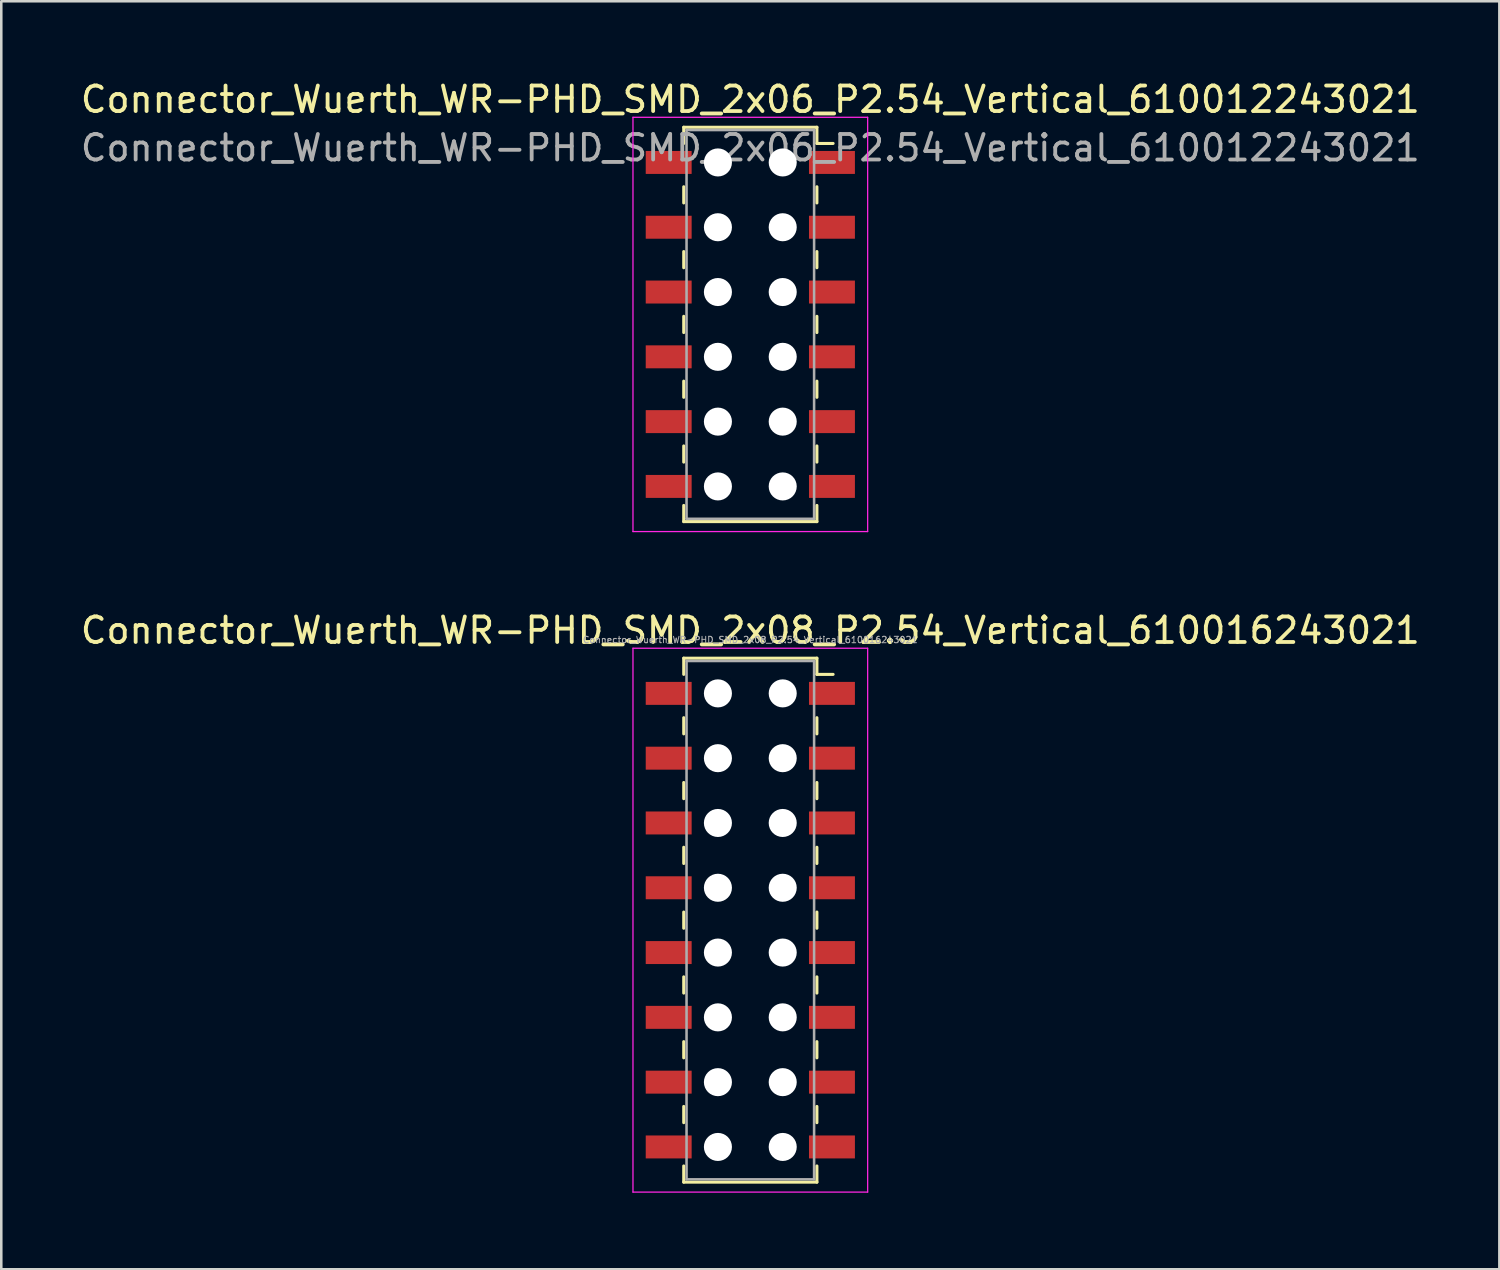
<source format=kicad_pcb>
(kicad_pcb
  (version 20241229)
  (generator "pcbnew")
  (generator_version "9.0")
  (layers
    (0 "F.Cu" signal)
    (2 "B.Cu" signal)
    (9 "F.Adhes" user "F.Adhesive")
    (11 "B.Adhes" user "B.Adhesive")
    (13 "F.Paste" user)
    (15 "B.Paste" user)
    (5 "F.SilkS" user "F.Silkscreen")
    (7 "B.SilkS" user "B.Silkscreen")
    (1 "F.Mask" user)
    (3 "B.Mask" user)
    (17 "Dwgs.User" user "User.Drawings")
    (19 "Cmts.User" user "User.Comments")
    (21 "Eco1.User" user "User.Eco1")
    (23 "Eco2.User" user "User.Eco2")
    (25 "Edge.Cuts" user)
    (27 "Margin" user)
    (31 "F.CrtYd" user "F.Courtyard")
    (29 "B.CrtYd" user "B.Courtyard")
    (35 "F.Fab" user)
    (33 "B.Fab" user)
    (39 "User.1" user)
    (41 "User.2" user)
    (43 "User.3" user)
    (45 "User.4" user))
  (footprint "Connector_Wuerth_WR-PHD_SMD_2x08_P2.54_Vertical_610016243021"
    (layer "F.Cu")
    (at 29.563 24.131)
    (property "Reference" "Connector_Wuerth_WR-PHD_SMD_2x08_P2.54_Vertical_610016243021" (at -3.2 -2.47 0) (layer "F.SilkS") (effects (font (size 1 1) (thickness 0.15))))
    (attr smd)
    (fp_line (start -5.81 -1.38) (end -5.81 -0.745) (stroke (width 0.12) (type solid)) (layer "F.SilkS"))
    (fp_line (start -5.81 0.953) (end -5.81 1.587) (stroke (width 0.12) (type solid)) (layer "F.SilkS"))
    (fp_line (start -5.81 3.493) (end -5.81 4.128) (stroke (width 0.12) (type solid)) (layer "F.SilkS"))
    (fp_line (start -5.81 6.032) (end -5.81 6.668) (stroke (width 0.12) (type solid)) (layer "F.SilkS"))
    (fp_line (start -5.81 8.572) (end -5.81 9.207) (stroke (width 0.12) (type solid)) (layer "F.SilkS"))
    (fp_line (start -5.81 11.113) (end -5.81 11.748) (stroke (width 0.12) (type solid)) (layer "F.SilkS"))
    (fp_line (start -5.81 13.652) (end -5.81 14.287) (stroke (width 0.12) (type solid)) (layer "F.SilkS"))
    (fp_line (start -5.81 16.192) (end -5.81 16.828) (stroke (width 0.12) (type solid)) (layer "F.SilkS"))
    (fp_line (start -5.81 19.16) (end -5.81 18.525) (stroke (width 0.12) (type solid)) (layer "F.SilkS"))
    (fp_line (start -0.59 -1.38) (end -5.81 -1.38) (stroke (width 0.12) (type solid)) (layer "F.SilkS"))
    (fp_line (start -0.59 -1.38) (end -0.59 -0.745) (stroke (width 0.12) (type solid)) (layer "F.SilkS"))
    (fp_line (start -0.59 -0.745) (end 0.045 -0.745) (stroke (width 0.12) (type solid)) (layer "F.SilkS"))
    (fp_line (start -0.59 0.953) (end -0.59 1.587) (stroke (width 0.12) (type solid)) (layer "F.SilkS"))
    (fp_line (start -0.59 3.493) (end -0.59 4.128) (stroke (width 0.12) (type solid)) (layer "F.SilkS"))
    (fp_line (start -0.59 6.032) (end -0.59 6.668) (stroke (width 0.12) (type solid)) (layer "F.SilkS"))
    (fp_line (start -0.59 8.572) (end -0.59 9.207) (stroke (width 0.12) (type solid)) (layer "F.SilkS"))
    (fp_line (start -0.59 11.113) (end -0.59 11.748) (stroke (width 0.12) (type solid)) (layer "F.SilkS"))
    (fp_line (start -0.59 13.652) (end -0.59 14.287) (stroke (width 0.12) (type solid)) (layer "F.SilkS"))
    (fp_line (start -0.59 16.192) (end -0.59 16.828) (stroke (width 0.12) (type solid)) (layer "F.SilkS"))
    (fp_line (start -0.59 19.16) (end -5.81 19.16) (stroke (width 0.12) (type solid)) (layer "F.SilkS"))
    (fp_line (start -0.59 19.16) (end -0.59 18.525) (stroke (width 0.12) (type solid)) (layer "F.SilkS"))
    (fp_line (start -7.8 -1.77) (end 1.4 -1.77) (stroke (width 0.05) (type solid)) (layer "F.CrtYd"))
    (fp_line (start -7.8 19.55) (end -7.8 -1.77) (stroke (width 0.05) (type solid)) (layer "F.CrtYd"))
    (fp_line (start 1.4 -1.77) (end 1.4 19.55) (stroke (width 0.05) (type solid)) (layer "F.CrtYd"))
    (fp_line (start 1.4 19.55) (end -7.8 19.55) (stroke (width 0.05) (type solid)) (layer "F.CrtYd"))
    (fp_line (start -5.7 -1.27) (end -0.7 -1.27) (stroke (width 0.1) (type solid)) (layer "F.Fab"))
    (fp_line (start -5.7 19.05) (end -5.7 -1.27) (stroke (width 0.1) (type solid)) (layer "F.Fab"))
    (fp_line (start -0.7 -1.27) (end -0.7 19.05) (stroke (width 0.1) (type solid)) (layer "F.Fab"))
    (fp_line (start -0.7 19.05) (end -5.7 19.05) (stroke (width 0.1) (type solid)) (layer "F.Fab"))
    (fp_text user "${REFERENCE}" (at -3.2 -2.1 0) (layer "F.Fab") (effects (font (size 0.25 0.25) (thickness 0.04))))
    (pad "" np_thru_hole circle (at -4.47 0) (size 1.1 1.1) (drill 1.1) (layers "*.Cu" "*.Mask"))
    (pad "" np_thru_hole circle (at -4.47 2.54) (size 1.1 1.1) (drill 1.1) (layers "*.Cu" "*.Mask"))
    (pad "" np_thru_hole circle (at -4.47 5.08) (size 1.1 1.1) (drill 1.1) (layers "*.Cu" "*.Mask"))
    (pad "" np_thru_hole circle (at -4.47 7.62) (size 1.1 1.1) (drill 1.1) (layers "*.Cu" "*.Mask"))
    (pad "" np_thru_hole circle (at -4.47 10.16) (size 1.1 1.1) (drill 1.1) (layers "*.Cu" "*.Mask"))
    (pad "" np_thru_hole circle (at -4.47 12.7) (size 1.1 1.1) (drill 1.1) (layers "*.Cu" "*.Mask"))
    (pad "" np_thru_hole circle (at -4.47 15.24) (size 1.1 1.1) (drill 1.1) (layers "*.Cu" "*.Mask"))
    (pad "" np_thru_hole circle (at -4.47 17.78) (size 1.1 1.1) (drill 1.1) (layers "*.Cu" "*.Mask"))
    (pad "" np_thru_hole circle (at -1.93 0) (size 1.1 1.1) (drill 1.1) (layers "*.Cu" "*.Mask"))
    (pad "" np_thru_hole circle (at -1.93 2.54) (size 1.1 1.1) (drill 1.1) (layers "*.Cu" "*.Mask"))
    (pad "" np_thru_hole circle (at -1.93 5.08) (size 1.1 1.1) (drill 1.1) (layers "*.Cu" "*.Mask"))
    (pad "" np_thru_hole circle (at -1.93 7.62) (size 1.1 1.1) (drill 1.1) (layers "*.Cu" "*.Mask"))
    (pad "" np_thru_hole circle (at -1.93 10.16) (size 1.1 1.1) (drill 1.1) (layers "*.Cu" "*.Mask"))
    (pad "" np_thru_hole circle (at -1.93 12.7) (size 1.1 1.1) (drill 1.1) (layers "*.Cu" "*.Mask"))
    (pad "" np_thru_hole circle (at -1.93 15.24) (size 1.1 1.1) (drill 1.1) (layers "*.Cu" "*.Mask"))
    (pad "" np_thru_hole circle (at -1.93 17.78) (size 1.1 1.1) (drill 1.1) (layers "*.Cu" "*.Mask"))
    (pad "1" smd rect (at 0 0) (size 1.8 0.9) (layers "F.Cu" "F.Mask"))
    (pad "2" smd rect (at -6.4 0) (size 1.8 0.9) (layers "F.Cu" "F.Mask"))
    (pad "3" smd rect (at 0 2.54) (size 1.8 0.9) (layers "F.Cu" "F.Mask"))
    (pad "4" smd rect (at -6.4 2.54) (size 1.8 0.9) (layers "F.Cu" "F.Mask"))
    (pad "5" smd rect (at 0 5.08) (size 1.8 0.9) (layers "F.Cu" "F.Mask"))
    (pad "6" smd rect (at -6.4 5.08) (size 1.8 0.9) (layers "F.Cu" "F.Mask"))
    (pad "7" smd rect (at 0 7.62) (size 1.8 0.9) (layers "F.Cu" "F.Mask"))
    (pad "8" smd rect (at -6.4 7.62) (size 1.8 0.9) (layers "F.Cu" "F.Mask"))
    (pad "9" smd rect (at 0 10.16) (size 1.8 0.9) (layers "F.Cu" "F.Mask"))
    (pad "10" smd rect (at -6.4 10.16) (size 1.8 0.9) (layers "F.Cu" "F.Mask"))
    (pad "11" smd rect (at 0 12.7) (size 1.8 0.9) (layers "F.Cu" "F.Mask"))
    (pad "12" smd rect (at -6.4 12.7) (size 1.8 0.9) (layers "F.Cu" "F.Mask"))
    (pad "13" smd rect (at 0 15.24) (size 1.8 0.9) (layers "F.Cu" "F.Mask"))
    (pad "14" smd rect (at -6.4 15.24) (size 1.8 0.9) (layers "F.Cu" "F.Mask"))
    (pad "15" smd rect (at 0 17.78) (size 1.8 0.9) (layers "F.Cu" "F.Mask"))
    (pad "16" smd rect (at -6.4 17.78) (size 1.8 0.9) (layers "F.Cu" "F.Mask")))
  (footprint "Connector_Wuerth_WR-PHD_SMD_2x06_P2.54_Vertical_610012243021"
    (layer "F.Cu")
    (at 26.363 9.668)
    (property "Reference" "Connector_Wuerth_WR-PHD_SMD_2x06_P2.54_Vertical_610012243021" (at 0 -8.82 0) (layer "F.SilkS") (effects (font (size 1 1) (thickness 0.15))))
    (attr smd)
    (fp_line (start -2.61 -7.73) (end -2.61 -7.095) (stroke (width 0.12) (type solid)) (layer "F.SilkS"))
    (fp_line (start -2.61 -7.73) (end 2.61 -7.73) (stroke (width 0.12) (type solid)) (layer "F.SilkS"))
    (fp_line (start -2.61 -5.397) (end -2.61 -4.763) (stroke (width 0.12) (type solid)) (layer "F.SilkS"))
    (fp_line (start -2.61 -2.857) (end -2.61 -2.223) (stroke (width 0.12) (type solid)) (layer "F.SilkS"))
    (fp_line (start -2.61 -0.318) (end -2.61 0.318) (stroke (width 0.12) (type solid)) (layer "F.SilkS"))
    (fp_line (start -2.61 2.223) (end -2.61 2.857) (stroke (width 0.12) (type solid)) (layer "F.SilkS"))
    (fp_line (start -2.61 4.763) (end -2.61 5.397) (stroke (width 0.12) (type solid)) (layer "F.SilkS"))
    (fp_line (start -2.61 7.73) (end -2.61 7.095) (stroke (width 0.12) (type solid)) (layer "F.SilkS"))
    (fp_line (start -2.61 7.73) (end 2.61 7.73) (stroke (width 0.12) (type solid)) (layer "F.SilkS"))
    (fp_line (start 2.61 -7.73) (end 2.61 -7.095) (stroke (width 0.12) (type solid)) (layer "F.SilkS"))
    (fp_line (start 2.61 -7.095) (end 3.245 -7.095) (stroke (width 0.12) (type solid)) (layer "F.SilkS"))
    (fp_line (start 2.61 -5.397) (end 2.61 -4.763) (stroke (width 0.12) (type solid)) (layer "F.SilkS"))
    (fp_line (start 2.61 -2.857) (end 2.61 -2.223) (stroke (width 0.12) (type solid)) (layer "F.SilkS"))
    (fp_line (start 2.61 -0.318) (end 2.61 0.318) (stroke (width 0.12) (type solid)) (layer "F.SilkS"))
    (fp_line (start 2.61 2.223) (end 2.61 2.857) (stroke (width 0.12) (type solid)) (layer "F.SilkS"))
    (fp_line (start 2.61 4.763) (end 2.61 5.397) (stroke (width 0.12) (type solid)) (layer "F.SilkS"))
    (fp_line (start 2.61 7.73) (end 2.61 7.095) (stroke (width 0.12) (type solid)) (layer "F.SilkS"))
    (fp_line (start -4.6 -8.12) (end 4.6 -8.12) (stroke (width 0.05) (type solid)) (layer "F.CrtYd"))
    (fp_line (start -4.6 8.12) (end -4.6 -8.12) (stroke (width 0.05) (type solid)) (layer "F.CrtYd"))
    (fp_line (start 4.6 -8.12) (end 4.6 8.12) (stroke (width 0.05) (type solid)) (layer "F.CrtYd"))
    (fp_line (start 4.6 8.12) (end -4.6 8.12) (stroke (width 0.05) (type solid)) (layer "F.CrtYd"))
    (fp_line (start -2.5 -7.62) (end -2.5 7.62) (stroke (width 0.1) (type solid)) (layer "F.Fab"))
    (fp_line (start -2.5 7.62) (end 2.5 7.62) (stroke (width 0.1) (type solid)) (layer "F.Fab"))
    (fp_line (start 2.5 -7.62) (end -2.5 -7.62) (stroke (width 0.1) (type solid)) (layer "F.Fab"))
    (fp_line (start 2.5 7.62) (end 2.5 -7.62) (stroke (width 0.1) (type solid)) (layer "F.Fab"))
    (fp_text user "${REFERENCE}" (at 0 -6.92 0) (layer "F.Fab") (effects (font (size 1 1) (thickness 0.15))))
    (pad "" np_thru_hole circle (at -1.27 -6.35) (size 1.1 1.1) (drill 1.1) (layers "*.Cu" "*.Mask"))
    (pad "" np_thru_hole circle (at -1.27 -3.81) (size 1.1 1.1) (drill 1.1) (layers "*.Cu" "*.Mask"))
    (pad "" np_thru_hole circle (at -1.27 -1.27) (size 1.1 1.1) (drill 1.1) (layers "*.Cu" "*.Mask"))
    (pad "" np_thru_hole circle (at -1.27 1.27) (size 1.1 1.1) (drill 1.1) (layers "*.Cu" "*.Mask"))
    (pad "" np_thru_hole circle (at -1.27 3.81) (size 1.1 1.1) (drill 1.1) (layers "*.Cu" "*.Mask"))
    (pad "" np_thru_hole circle (at -1.27 6.35) (size 1.1 1.1) (drill 1.1) (layers "*.Cu" "*.Mask"))
    (pad "" np_thru_hole circle (at 1.27 -6.35) (size 1.1 1.1) (drill 1.1) (layers "*.Cu" "*.Mask"))
    (pad "" np_thru_hole circle (at 1.27 -3.81) (size 1.1 1.1) (drill 1.1) (layers "*.Cu" "*.Mask"))
    (pad "" np_thru_hole circle (at 1.27 -1.27) (size 1.1 1.1) (drill 1.1) (layers "*.Cu" "*.Mask"))
    (pad "" np_thru_hole circle (at 1.27 1.27) (size 1.1 1.1) (drill 1.1) (layers "*.Cu" "*.Mask"))
    (pad "" np_thru_hole circle (at 1.27 3.81) (size 1.1 1.1) (drill 1.1) (layers "*.Cu" "*.Mask"))
    (pad "" np_thru_hole circle (at 1.27 6.35) (size 1.1 1.1) (drill 1.1) (layers "*.Cu" "*.Mask"))
    (pad "1" smd rect (at 3.2 -6.35) (size 1.8 0.9) (layers "F.Cu" "F.Mask"))
    (pad "2" smd rect (at -3.2 -6.35) (size 1.8 0.9) (layers "F.Cu" "F.Mask"))
    (pad "3" smd rect (at 3.2 -3.81) (size 1.8 0.9) (layers "F.Cu" "F.Mask"))
    (pad "4" smd rect (at -3.2 -3.81) (size 1.8 0.9) (layers "F.Cu" "F.Mask"))
    (pad "5" smd rect (at 3.2 -1.27) (size 1.8 0.9) (layers "F.Cu" "F.Mask"))
    (pad "6" smd rect (at -3.2 -1.27) (size 1.8 0.9) (layers "F.Cu" "F.Mask"))
    (pad "7" smd rect (at 3.2 1.27) (size 1.8 0.9) (layers "F.Cu" "F.Mask"))
    (pad "8" smd rect (at -3.2 1.27) (size 1.8 0.9) (layers "F.Cu" "F.Mask"))
    (pad "9" smd rect (at 3.2 3.81) (size 1.8 0.9) (layers "F.Cu" "F.Mask"))
    (pad "10" smd rect (at -3.2 3.81) (size 1.8 0.9) (layers "F.Cu" "F.Mask"))
    (pad "11" smd rect (at 3.2 6.35) (size 1.8 0.9) (layers "F.Cu" "F.Mask"))
    (pad "12" smd rect (at -3.2 6.35) (size 1.8 0.9) (layers "F.Cu" "F.Mask")))
  (gr_rect
    (start -3 -3)
    (end 55.726 46.706)
    (stroke (width 0.1) (type default))
    (fill no)
    (layer "Edge.Cuts")))
</source>
